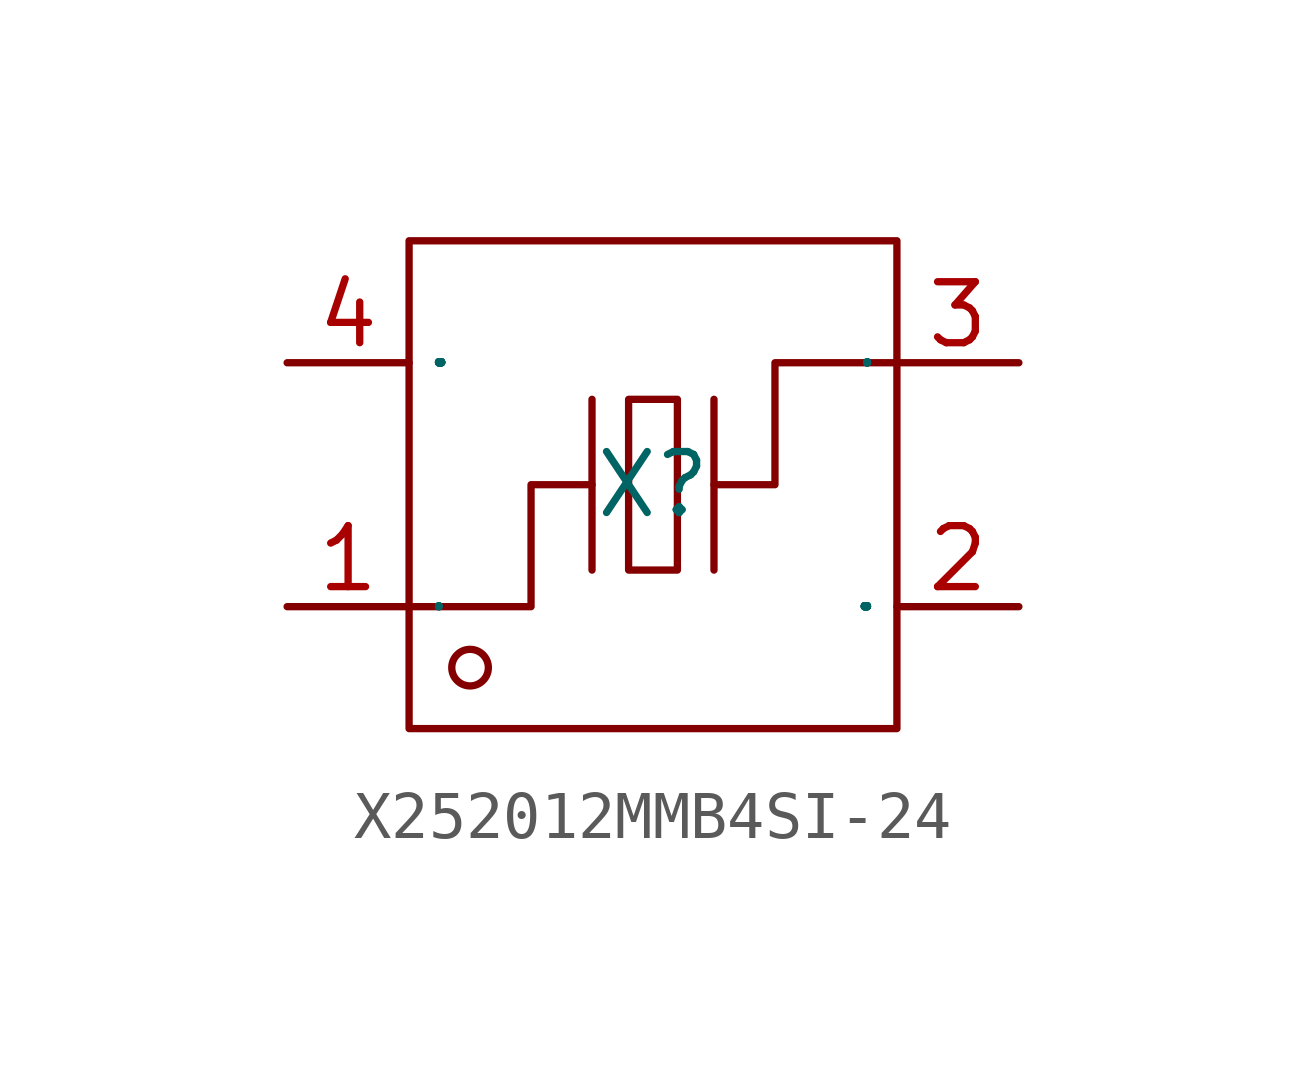
<source format=kicad_sym>
(kicad_symbol_lib
  (version 20241209)
  (generator "kicad_symbol_editor")
  (generator_version "9.0")
  (symbol "X252012MMB4SI-24"
    (property "Reference" "X"
      (at 0 0 0)
      (effects (font (size 1.27 1.27))))
    (property "Value" ""
      (at 0 0 0)
      (effects (font (size 1.27 1.27))))
    (symbol "X252012MMB4SI-24_1_0"
      (polyline (pts (xy -5.08 -2.54) (xy -2.54 -2.54) (xy -2.54 -2.54) (xy -2.54 0) (xy -2.54 0) (xy -1.27 0)) (stroke (width 0) (type default)) (fill (type none)))
      (rectangle (start -5.08 -5.08) (end 5.08 5.08) (stroke (width 0) (type default)) (fill (type none)))
      (circle (center -3.81 -3.81) (radius 0.381) (stroke (width 0) (type default)) (fill (type none)))
      (polyline (pts (xy -1.27 -1.778) (xy -1.27 1.778)) (stroke (width 0) (type default)) (fill (type none)))
      (rectangle (start -0.508 -1.778) (end 0.508 1.778) (stroke (width 0) (type default)) (fill (type none)))
      (polyline (pts (xy 1.27 -1.778) (xy 1.27 1.778)) (stroke (width 0) (type default)) (fill (type none)))
      (polyline (pts (xy 5.08 2.54) (xy 2.54 2.54) (xy 2.54 2.54) (xy 2.54 0) (xy 2.54 0) (xy 1.27 0)) (stroke (width 0) (type default)) (fill (type none)))
      (pin input line (at -7.62 2.54 0) (length 2.54) (name "GND" (effects (font (size 0.025 0.025)))) (number "4" (effects (font (size 1.27 1.27)))))
      (pin input line (at -7.62 -2.54 0) (length 2.54) (name "1" (effects (font (size 0.025 0.025)))) (number "1" (effects (font (size 1.27 1.27)))))
      (pin input line (at 7.62 2.54 180) (length 2.54) (name "3" (effects (font (size 0.025 0.025)))) (number "3" (effects (font (size 1.27 1.27)))))
      (pin input line (at 7.62 -2.54 180) (length 2.54) (name "GND" (effects (font (size 0.025 0.025)))) (number "2" (effects (font (size 1.27 1.27))))))))
</source>
